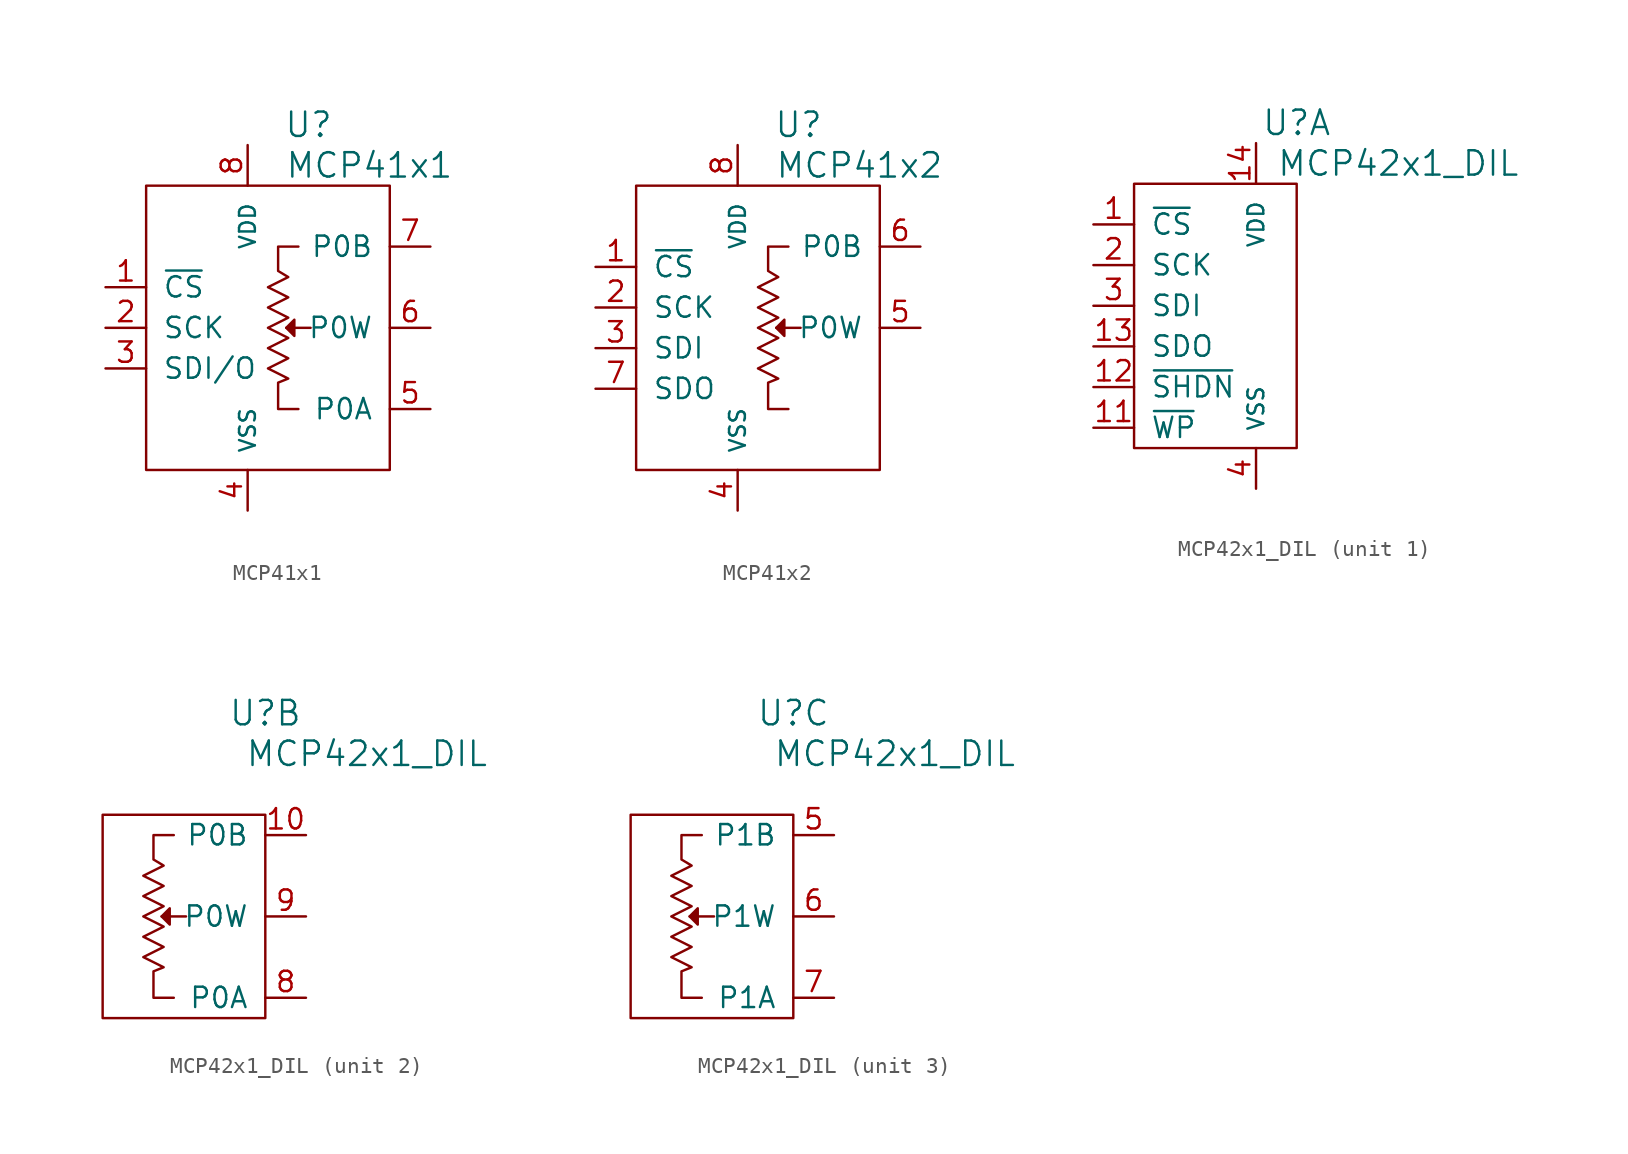
<source format=kicad_sym>
(kicad_symbol_lib
  (version 20220914)
  (generator kicad_symbol_editor)
  (symbol "MCP41x1"
    (pin_names
      (offset 1.016))
    (property "Reference" "U"
      (at 2.54 12.7 0)
      (effects (font (size 1.524 1.524))))
    (property "Value" "MCP41x1"
      (at 6.35 10.16 0)
      (effects (font (size 1.524 1.524))))
    (property "Footprint" ""
      (at 0 0 0)
      (effects (font (size 1.524 1.524))))
    (property "Datasheet" ""
      (at 0 0 0)
      (effects (font (size 1.524 1.524))))
    (symbol "MCP41x1_0_1"
      (rectangle (start -7.62 8.89) (end 7.62 -8.89) (stroke (width 0) (type solid)) (fill (type none)))
      (polyline (pts (xy 1.143 0) (xy 2.667 0)) (stroke (width 0) (type solid)) (fill (type none)))
      (polyline (pts (xy 1.143 0) (xy 1.651 0.508) (xy 1.651 -0.508) (xy 1.143 0)) (stroke (width 0) (type solid)) (fill (type outline)))
      (polyline (pts (xy 1.905 -5.08) (xy 0.635 -5.08) (xy 0.635 -3.429) (xy 1.27 -3.175) (xy 0 -2.54) (xy 1.27 -1.905) (xy 0 -1.27) (xy 1.27 -0.635) (xy 0 0) (xy 1.27 0.635) (xy 0 1.27) (xy 1.27 1.905) (xy 0 2.54) (xy 1.27 3.175) (xy 0.635 3.556) (xy 0.635 5.08) (xy 1.905 5.08)) (stroke (width 0) (type solid)) (fill (type none))))
    (symbol "MCP41x1_1_1"
      (pin passive line (at -10.16 2.54 0) (length 2.54) (name "~{CS}" (effects (font (size 1.27 1.27)))) (number "1" (effects (font (size 1.27 1.27)))))
      (pin passive line (at -10.16 0 0) (length 2.54) (name "SCK" (effects (font (size 1.27 1.27)))) (number "2" (effects (font (size 1.27 1.27)))))
      (pin passive line (at -10.16 -2.54 0) (length 2.54) (name "SDI/O" (effects (font (size 1.27 1.27)))) (number "3" (effects (font (size 1.27 1.27)))))
      (pin passive line (at -1.27 -11.43 90) (length 2.54) (name "VSS" (effects (font (size 0.991 0.991)))) (number "4" (effects (font (size 1.27 1.27)))))
      (pin passive line (at 10.16 -5.08 180) (length 2.54) (name "P0A" (effects (font (size 1.27 1.27)))) (number "5" (effects (font (size 1.27 1.27)))))
      (pin passive line (at 10.16 0 180) (length 2.54) (name "P0W" (effects (font (size 1.27 1.27)))) (number "6" (effects (font (size 1.27 1.27)))))
      (pin passive line (at 10.16 5.08 180) (length 2.54) (name "P0B" (effects (font (size 1.27 1.27)))) (number "7" (effects (font (size 1.27 1.27)))))
      (pin passive line (at -1.27 11.43 270) (length 2.54) (name "VDD" (effects (font (size 0.991 0.991)))) (number "8" (effects (font (size 1.27 1.27)))))))
  (symbol "MCP41x2"
    (pin_names
      (offset 1.016))
    (property "Reference" "U"
      (at 2.54 12.7 0)
      (effects (font (size 1.524 1.524))))
    (property "Value" "MCP41x2"
      (at 6.35 10.16 0)
      (effects (font (size 1.524 1.524))))
    (property "Footprint" ""
      (at 0 0 0)
      (effects (font (size 1.524 1.524))))
    (property "Datasheet" ""
      (at 0 0 0)
      (effects (font (size 1.524 1.524))))
    (symbol "MCP41x2_0_1"
      (rectangle (start -7.62 8.89) (end 7.62 -8.89) (stroke (width 0) (type solid)) (fill (type none)))
      (polyline (pts (xy 1.143 0) (xy 2.667 0)) (stroke (width 0) (type solid)) (fill (type none)))
      (polyline (pts (xy 1.143 0) (xy 1.651 0.508) (xy 1.651 -0.508) (xy 1.143 0)) (stroke (width 0) (type solid)) (fill (type outline)))
      (polyline (pts (xy 1.905 -5.08) (xy 0.635 -5.08) (xy 0.635 -3.429) (xy 1.27 -3.175) (xy 0 -2.54) (xy 1.27 -1.905) (xy 0 -1.27) (xy 1.27 -0.635) (xy 0 0) (xy 1.27 0.635) (xy 0 1.27) (xy 1.27 1.905) (xy 0 2.54) (xy 1.27 3.175) (xy 0.635 3.556) (xy 0.635 5.08) (xy 1.905 5.08)) (stroke (width 0) (type solid)) (fill (type none))))
    (symbol "MCP41x2_1_1"
      (pin passive line (at -10.16 3.81 0) (length 2.54) (name "~{CS}" (effects (font (size 1.27 1.27)))) (number "1" (effects (font (size 1.27 1.27)))))
      (pin passive line (at -10.16 1.27 0) (length 2.54) (name "SCK" (effects (font (size 1.27 1.27)))) (number "2" (effects (font (size 1.27 1.27)))))
      (pin passive line (at -10.16 -1.27 0) (length 2.54) (name "SDI" (effects (font (size 1.27 1.27)))) (number "3" (effects (font (size 1.27 1.27)))))
      (pin passive line (at -1.27 -11.43 90) (length 2.54) (name "VSS" (effects (font (size 0.991 0.991)))) (number "4" (effects (font (size 1.27 1.27)))))
      (pin passive line (at 10.16 0 180) (length 2.54) (name "P0W" (effects (font (size 1.27 1.27)))) (number "5" (effects (font (size 1.27 1.27)))))
      (pin passive line (at 10.16 5.08 180) (length 2.54) (name "P0B" (effects (font (size 1.27 1.27)))) (number "6" (effects (font (size 1.27 1.27)))))
      (pin passive line (at -10.16 -3.81 0) (length 2.54) (name "SDO" (effects (font (size 1.27 1.27)))) (number "7" (effects (font (size 1.27 1.27)))))
      (pin passive line (at -1.27 11.43 270) (length 2.54) (name "VDD" (effects (font (size 0.991 0.991)))) (number "8" (effects (font (size 1.27 1.27)))))))
  (symbol "MCP42x1_DIL"
    (pin_names
      (offset 1.016))
    (property "Reference" "U"
      (at 5.08 12.7 0)
      (effects (font (size 1.524 1.524))))
    (property "Value" "MCP42x1_DIL"
      (at 11.43 10.16 0)
      (effects (font (size 1.524 1.524))))
    (property "Footprint" ""
      (at 0 0 0)
      (effects (font (size 1.524 1.524))))
    (property "Datasheet" ""
      (at 0 0 0)
      (effects (font (size 1.524 1.524))))
    (property "ki_locked" ""
      (at 0 0 0)
      (effects (font (size 1.27 1.27))))
    (symbol "MCP42x1_DIL_1_1"
      (rectangle (start -5.08 8.89) (end 5.08 -7.62) (stroke (width 0) (type solid)) (fill (type none)))
      (pin passive line (at -7.62 6.35 0) (length 2.54) (name "~{CS}" (effects (font (size 1.27 1.27)))) (number "1" (effects (font (size 1.27 1.27)))))
      (pin passive line (at -7.62 -6.35 0) (length 2.54) (name "~{WP}" (effects (font (size 1.27 1.27)))) (number "11" (effects (font (size 1.27 1.27)))))
      (pin passive line (at -7.62 -3.81 0) (length 2.54) (name "~{SHDN}" (effects (font (size 1.27 1.27)))) (number "12" (effects (font (size 1.27 1.27)))))
      (pin passive line (at -7.62 -1.27 0) (length 2.54) (name "SDO" (effects (font (size 1.27 1.27)))) (number "13" (effects (font (size 1.27 1.27)))))
      (pin passive line (at 2.54 11.43 270) (length 2.54) (name "VDD" (effects (font (size 0.991 0.991)))) (number "14" (effects (font (size 1.27 1.27)))))
      (pin passive line (at -7.62 3.81 0) (length 2.54) (name "SCK" (effects (font (size 1.27 1.27)))) (number "2" (effects (font (size 1.27 1.27)))))
      (pin passive line (at -7.62 1.27 0) (length 2.54) (name "SDI" (effects (font (size 1.27 1.27)))) (number "3" (effects (font (size 1.27 1.27)))))
      (pin passive line (at 2.54 -10.16 90) (length 2.54) (name "VSS" (effects (font (size 0.991 0.991)))) (number "4" (effects (font (size 1.27 1.27))))))
    (symbol "MCP42x1_DIL_2_1"
      (rectangle (start -5.08 6.35) (end 5.08 -6.35) (stroke (width 0) (type solid)) (fill (type none)))
      (polyline (pts (xy -1.397 0) (xy 0.127 0)) (stroke (width 0) (type solid)) (fill (type none)))
      (polyline (pts (xy -1.397 0) (xy -0.889 0.508) (xy -0.889 -0.508) (xy -1.397 0)) (stroke (width 0) (type solid)) (fill (type outline)))
      (polyline (pts (xy -0.635 -5.08) (xy -1.905 -5.08) (xy -1.905 -3.429) (xy -1.27 -3.175) (xy -2.54 -2.54) (xy -1.27 -1.905) (xy -2.54 -1.27) (xy -1.27 -0.635) (xy -2.54 0) (xy -1.27 0.635) (xy -2.54 1.27) (xy -1.27 1.905) (xy -2.54 2.54) (xy -1.27 3.175) (xy -1.905 3.556) (xy -1.905 5.08) (xy -0.635 5.08)) (stroke (width 0) (type solid)) (fill (type none)))
      (pin passive line (at 7.62 5.08 180) (length 2.54) (name "P0B" (effects (font (size 1.27 1.27)))) (number "10" (effects (font (size 1.27 1.27)))))
      (pin passive line (at 7.62 -5.08 180) (length 2.54) (name "P0A" (effects (font (size 1.27 1.27)))) (number "8" (effects (font (size 1.27 1.27)))))
      (pin passive line (at 7.62 0 180) (length 2.54) (name "P0W" (effects (font (size 1.27 1.27)))) (number "9" (effects (font (size 1.27 1.27))))))
    (symbol "MCP42x1_DIL_3_1"
      (rectangle (start -5.08 6.35) (end 5.08 -6.35) (stroke (width 0) (type solid)) (fill (type none)))
      (polyline (pts (xy -1.397 0) (xy 0.127 0)) (stroke (width 0) (type solid)) (fill (type none)))
      (polyline (pts (xy -1.397 0) (xy -0.889 0.508) (xy -0.889 -0.508) (xy -1.397 0)) (stroke (width 0) (type solid)) (fill (type outline)))
      (polyline (pts (xy -0.635 -5.08) (xy -1.905 -5.08) (xy -1.905 -3.429) (xy -1.27 -3.175) (xy -2.54 -2.54) (xy -1.27 -1.905) (xy -2.54 -1.27) (xy -1.27 -0.635) (xy -2.54 0) (xy -1.27 0.635) (xy -2.54 1.27) (xy -1.27 1.905) (xy -2.54 2.54) (xy -1.27 3.175) (xy -1.905 3.556) (xy -1.905 5.08) (xy -0.635 5.08)) (stroke (width 0) (type solid)) (fill (type none)))
      (pin passive line (at 7.62 5.08 180) (length 2.54) (name "P1B" (effects (font (size 1.27 1.27)))) (number "5" (effects (font (size 1.27 1.27)))))
      (pin passive line (at 7.62 0 180) (length 2.54) (name "P1W" (effects (font (size 1.27 1.27)))) (number "6" (effects (font (size 1.27 1.27)))))
      (pin passive line (at 7.62 -5.08 180) (length 2.54) (name "P1A" (effects (font (size 1.27 1.27)))) (number "7" (effects (font (size 1.27 1.27))))))))
</source>
